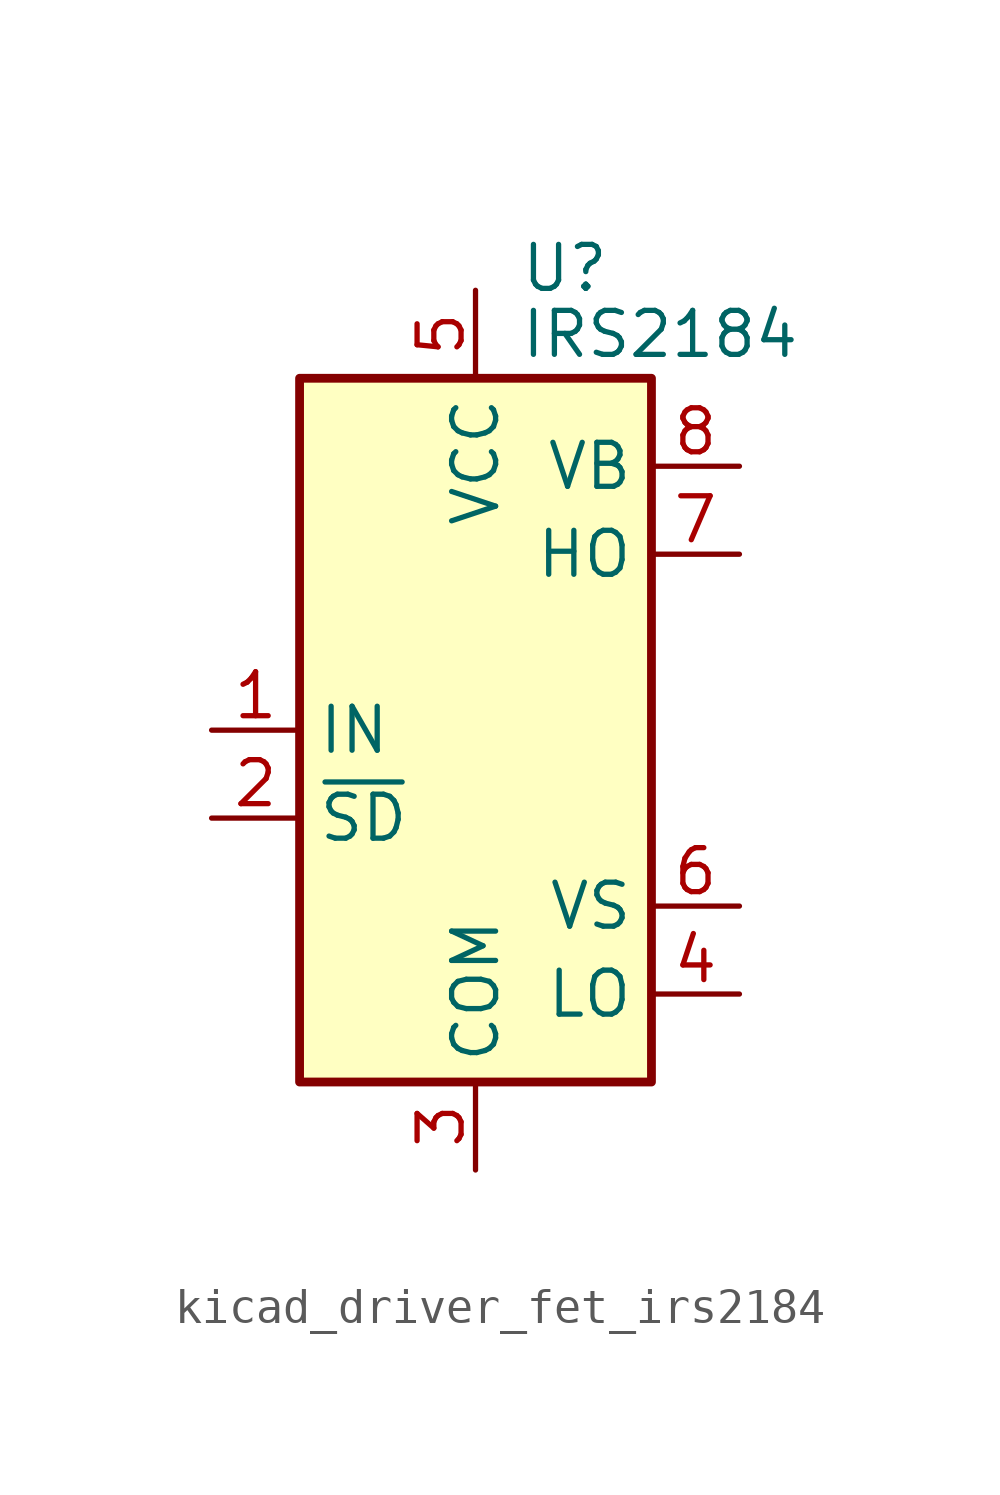
<source format=kicad_sym>
(kicad_symbol_lib
  (version 20220914)
  (generator kicad_symbol_editor)
  (symbol "kicad_driver_fet_irs2184"
    (property "Reference" "U"
      (at 1.27 13.335 0)
      (effects (font (size 1.27 1.27)) (justify left)))
    (property "Value" "IRS2184"
      (at 1.27 11.43 0)
      (effects (font (size 1.27 1.27)) (justify left)))
    (symbol "kicad_driver_fet_irs2184_0_1"
      (rectangle (start -5.08 -10.16) (end 5.08 10.16) (stroke (width 0.254) (type default)) (fill (type background))))
    (symbol "kicad_driver_fet_irs2184_1_1"
      (pin input line (at -7.62 0 0) (length 2.54) (name "IN" (effects (font (size 1.27 1.27)))) (number "1" (effects (font (size 1.27 1.27)))))
      (pin input line (at -7.62 -2.54 0) (length 2.54) (name "~{SD}" (effects (font (size 1.27 1.27)))) (number "2" (effects (font (size 1.27 1.27)))))
      (pin power_in line (at 0 -12.7 90) (length 2.54) (name "COM" (effects (font (size 1.27 1.27)))) (number "3" (effects (font (size 1.27 1.27)))))
      (pin output line (at 7.62 -7.62 180) (length 2.54) (name "LO" (effects (font (size 1.27 1.27)))) (number "4" (effects (font (size 1.27 1.27)))))
      (pin power_in line (at 0 12.7 270) (length 2.54) (name "VCC" (effects (font (size 1.27 1.27)))) (number "5" (effects (font (size 1.27 1.27)))))
      (pin passive line (at 7.62 -5.08 180) (length 2.54) (name "VS" (effects (font (size 1.27 1.27)))) (number "6" (effects (font (size 1.27 1.27)))))
      (pin output line (at 7.62 5.08 180) (length 2.54) (name "HO" (effects (font (size 1.27 1.27)))) (number "7" (effects (font (size 1.27 1.27)))))
      (pin passive line (at 7.62 7.62 180) (length 2.54) (name "VB" (effects (font (size 1.27 1.27)))) (number "8" (effects (font (size 1.27 1.27))))))))
</source>
